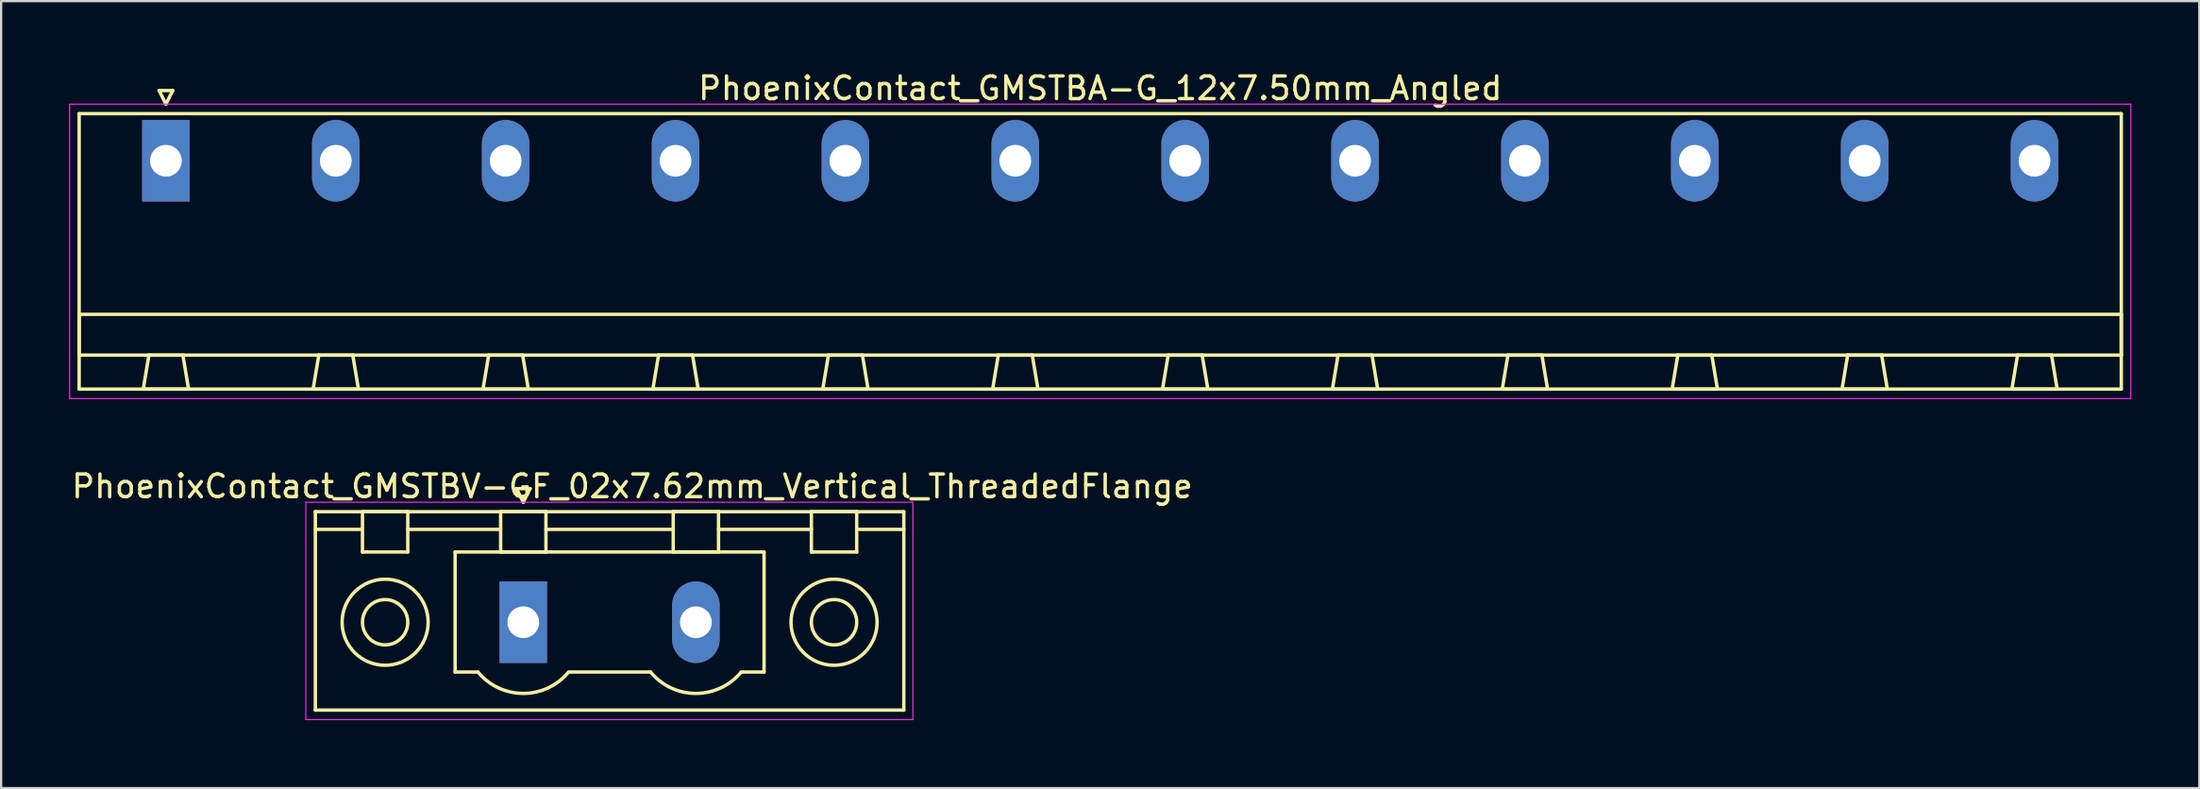
<source format=kicad_pcb>
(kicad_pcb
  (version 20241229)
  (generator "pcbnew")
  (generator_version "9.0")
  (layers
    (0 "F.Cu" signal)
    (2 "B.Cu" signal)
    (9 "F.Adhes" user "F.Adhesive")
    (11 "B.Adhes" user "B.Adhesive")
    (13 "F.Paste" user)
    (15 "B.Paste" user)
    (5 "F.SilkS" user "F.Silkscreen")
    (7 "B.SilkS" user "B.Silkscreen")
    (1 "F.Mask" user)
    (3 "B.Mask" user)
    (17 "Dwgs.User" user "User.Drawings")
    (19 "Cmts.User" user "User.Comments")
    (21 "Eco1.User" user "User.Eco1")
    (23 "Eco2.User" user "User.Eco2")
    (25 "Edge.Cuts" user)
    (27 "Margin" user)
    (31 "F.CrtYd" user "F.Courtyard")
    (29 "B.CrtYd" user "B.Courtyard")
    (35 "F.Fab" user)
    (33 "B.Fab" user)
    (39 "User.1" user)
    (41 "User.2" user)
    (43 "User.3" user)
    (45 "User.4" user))
  (footprint "PhoenixContact_GMSTBA-G_12x7.50mm_Angled"
    (layer "F.Cu")
    (at 4.275 4.048)
    (property "Reference" "PhoenixContact_GMSTBA-G_12x7.50mm_Angled" (at 41.25 -3.2 0) (layer "F.SilkS") (effects (font (size 1 1) (thickness 0.15))))
    (attr through_hole)
    (fp_line (start -3.83 -2.08) (end -3.83 10.08) (stroke (width 0.15) (type solid)) (layer "F.SilkS"))
    (fp_line (start -3.83 6.78) (end 86.33 6.78) (stroke (width 0.15) (type solid)) (layer "F.SilkS"))
    (fp_line (start -3.83 8.58) (end -3.83 6.78) (stroke (width 0.15) (type solid)) (layer "F.SilkS"))
    (fp_line (start -3.83 10.08) (end 86.33 10.08) (stroke (width 0.15) (type solid)) (layer "F.SilkS"))
    (fp_line (start -1 10.08) (end 1 10.08) (stroke (width 0.15) (type solid)) (layer "F.SilkS"))
    (fp_line (start -0.75 8.58) (end -1 10.08) (stroke (width 0.15) (type solid)) (layer "F.SilkS"))
    (fp_line (start -0.3 -3.1) (end 0 -2.5) (stroke (width 0.15) (type solid)) (layer "F.SilkS"))
    (fp_line (start 0 -2.5) (end 0.3 -3.1) (stroke (width 0.15) (type solid)) (layer "F.SilkS"))
    (fp_line (start 0.3 -3.1) (end -0.3 -3.1) (stroke (width 0.15) (type solid)) (layer "F.SilkS"))
    (fp_line (start 0.75 8.58) (end -0.75 8.58) (stroke (width 0.15) (type solid)) (layer "F.SilkS"))
    (fp_line (start 1 10.08) (end 0.75 8.58) (stroke (width 0.15) (type solid)) (layer "F.SilkS"))
    (fp_line (start 6.5 10.08) (end 8.5 10.08) (stroke (width 0.15) (type solid)) (layer "F.SilkS"))
    (fp_line (start 6.75 8.58) (end 6.5 10.08) (stroke (width 0.15) (type solid)) (layer "F.SilkS"))
    (fp_line (start 8.25 8.58) (end 6.75 8.58) (stroke (width 0.15) (type solid)) (layer "F.SilkS"))
    (fp_line (start 8.5 10.08) (end 8.25 8.58) (stroke (width 0.15) (type solid)) (layer "F.SilkS"))
    (fp_line (start 14 10.08) (end 16 10.08) (stroke (width 0.15) (type solid)) (layer "F.SilkS"))
    (fp_line (start 14.25 8.58) (end 14 10.08) (stroke (width 0.15) (type solid)) (layer "F.SilkS"))
    (fp_line (start 15.75 8.58) (end 14.25 8.58) (stroke (width 0.15) (type solid)) (layer "F.SilkS"))
    (fp_line (start 16 10.08) (end 15.75 8.58) (stroke (width 0.15) (type solid)) (layer "F.SilkS"))
    (fp_line (start 21.5 10.08) (end 23.5 10.08) (stroke (width 0.15) (type solid)) (layer "F.SilkS"))
    (fp_line (start 21.75 8.58) (end 21.5 10.08) (stroke (width 0.15) (type solid)) (layer "F.SilkS"))
    (fp_line (start 23.25 8.58) (end 21.75 8.58) (stroke (width 0.15) (type solid)) (layer "F.SilkS"))
    (fp_line (start 23.5 10.08) (end 23.25 8.58) (stroke (width 0.15) (type solid)) (layer "F.SilkS"))
    (fp_line (start 29 10.08) (end 31 10.08) (stroke (width 0.15) (type solid)) (layer "F.SilkS"))
    (fp_line (start 29.25 8.58) (end 29 10.08) (stroke (width 0.15) (type solid)) (layer "F.SilkS"))
    (fp_line (start 30.75 8.58) (end 29.25 8.58) (stroke (width 0.15) (type solid)) (layer "F.SilkS"))
    (fp_line (start 31 10.08) (end 30.75 8.58) (stroke (width 0.15) (type solid)) (layer "F.SilkS"))
    (fp_line (start 36.5 10.08) (end 38.5 10.08) (stroke (width 0.15) (type solid)) (layer "F.SilkS"))
    (fp_line (start 36.75 8.58) (end 36.5 10.08) (stroke (width 0.15) (type solid)) (layer "F.SilkS"))
    (fp_line (start 38.25 8.58) (end 36.75 8.58) (stroke (width 0.15) (type solid)) (layer "F.SilkS"))
    (fp_line (start 38.5 10.08) (end 38.25 8.58) (stroke (width 0.15) (type solid)) (layer "F.SilkS"))
    (fp_line (start 44 10.08) (end 46 10.08) (stroke (width 0.15) (type solid)) (layer "F.SilkS"))
    (fp_line (start 44.25 8.58) (end 44 10.08) (stroke (width 0.15) (type solid)) (layer "F.SilkS"))
    (fp_line (start 45.75 8.58) (end 44.25 8.58) (stroke (width 0.15) (type solid)) (layer "F.SilkS"))
    (fp_line (start 46 10.08) (end 45.75 8.58) (stroke (width 0.15) (type solid)) (layer "F.SilkS"))
    (fp_line (start 51.5 10.08) (end 53.5 10.08) (stroke (width 0.15) (type solid)) (layer "F.SilkS"))
    (fp_line (start 51.75 8.58) (end 51.5 10.08) (stroke (width 0.15) (type solid)) (layer "F.SilkS"))
    (fp_line (start 53.25 8.58) (end 51.75 8.58) (stroke (width 0.15) (type solid)) (layer "F.SilkS"))
    (fp_line (start 53.5 10.08) (end 53.25 8.58) (stroke (width 0.15) (type solid)) (layer "F.SilkS"))
    (fp_line (start 59 10.08) (end 61 10.08) (stroke (width 0.15) (type solid)) (layer "F.SilkS"))
    (fp_line (start 59.25 8.58) (end 59 10.08) (stroke (width 0.15) (type solid)) (layer "F.SilkS"))
    (fp_line (start 60.75 8.58) (end 59.25 8.58) (stroke (width 0.15) (type solid)) (layer "F.SilkS"))
    (fp_line (start 61 10.08) (end 60.75 8.58) (stroke (width 0.15) (type solid)) (layer "F.SilkS"))
    (fp_line (start 66.5 10.08) (end 68.5 10.08) (stroke (width 0.15) (type solid)) (layer "F.SilkS"))
    (fp_line (start 66.75 8.58) (end 66.5 10.08) (stroke (width 0.15) (type solid)) (layer "F.SilkS"))
    (fp_line (start 68.25 8.58) (end 66.75 8.58) (stroke (width 0.15) (type solid)) (layer "F.SilkS"))
    (fp_line (start 68.5 10.08) (end 68.25 8.58) (stroke (width 0.15) (type solid)) (layer "F.SilkS"))
    (fp_line (start 74 10.08) (end 76 10.08) (stroke (width 0.15) (type solid)) (layer "F.SilkS"))
    (fp_line (start 74.25 8.58) (end 74 10.08) (stroke (width 0.15) (type solid)) (layer "F.SilkS"))
    (fp_line (start 75.75 8.58) (end 74.25 8.58) (stroke (width 0.15) (type solid)) (layer "F.SilkS"))
    (fp_line (start 76 10.08) (end 75.75 8.58) (stroke (width 0.15) (type solid)) (layer "F.SilkS"))
    (fp_line (start 81.5 10.08) (end 83.5 10.08) (stroke (width 0.15) (type solid)) (layer "F.SilkS"))
    (fp_line (start 81.75 8.58) (end 81.5 10.08) (stroke (width 0.15) (type solid)) (layer "F.SilkS"))
    (fp_line (start 83.25 8.58) (end 81.75 8.58) (stroke (width 0.15) (type solid)) (layer "F.SilkS"))
    (fp_line (start 83.5 10.08) (end 83.25 8.58) (stroke (width 0.15) (type solid)) (layer "F.SilkS"))
    (fp_line (start 86.33 -2.08) (end -3.83 -2.08) (stroke (width 0.15) (type solid)) (layer "F.SilkS"))
    (fp_line (start 86.33 6.78) (end 86.33 8.58) (stroke (width 0.15) (type solid)) (layer "F.SilkS"))
    (fp_line (start 86.33 8.58) (end -3.83 8.58) (stroke (width 0.15) (type solid)) (layer "F.SilkS"))
    (fp_line (start 86.33 10.08) (end 86.33 -2.08) (stroke (width 0.15) (type solid)) (layer "F.SilkS"))
    (fp_line (start -4.25 -2.5) (end -4.25 10.5) (stroke (width 0.05) (type solid)) (layer "F.CrtYd"))
    (fp_line (start -4.25 10.5) (end 86.75 10.5) (stroke (width 0.05) (type solid)) (layer "F.CrtYd"))
    (fp_line (start 86.75 -2.5) (end -4.25 -2.5) (stroke (width 0.05) (type solid)) (layer "F.CrtYd"))
    (fp_line (start 86.75 10.5) (end 86.75 -2.5) (stroke (width 0.05) (type solid)) (layer "F.CrtYd"))
    (pad "1" thru_hole rect (at 0 0) (size 2.1 3.6) (drill 1.4) (layers "*.Cu" "*.Mask"))
    (pad "2" thru_hole oval (at 7.5 0) (size 2.1 3.6) (drill 1.4) (layers "*.Cu" "*.Mask"))
    (pad "3" thru_hole oval (at 15 0) (size 2.1 3.6) (drill 1.4) (layers "*.Cu" "*.Mask"))
    (pad "4" thru_hole oval (at 22.5 0) (size 2.1 3.6) (drill 1.4) (layers "*.Cu" "*.Mask"))
    (pad "5" thru_hole oval (at 30 0) (size 2.1 3.6) (drill 1.4) (layers "*.Cu" "*.Mask"))
    (pad "6" thru_hole oval (at 37.5 0) (size 2.1 3.6) (drill 1.4) (layers "*.Cu" "*.Mask"))
    (pad "7" thru_hole oval (at 45 0) (size 2.1 3.6) (drill 1.4) (layers "*.Cu" "*.Mask"))
    (pad "8" thru_hole oval (at 52.5 0) (size 2.1 3.6) (drill 1.4) (layers "*.Cu" "*.Mask"))
    (pad "9" thru_hole oval (at 60 0) (size 2.1 3.6) (drill 1.4) (layers "*.Cu" "*.Mask"))
    (pad "10" thru_hole oval (at 67.5 0) (size 2.1 3.6) (drill 1.4) (layers "*.Cu" "*.Mask"))
    (pad "11" thru_hole oval (at 75 0) (size 2.1 3.6) (drill 1.4) (layers "*.Cu" "*.Mask"))
    (pad "12" thru_hole oval (at 82.5 0) (size 2.1 3.6) (drill 1.4) (layers "*.Cu" "*.Mask")))
  (footprint "PhoenixContact_GMSTBV-GF_02x7.62mm_Vertical_ThreadedFlange"
    (layer "F.Cu")
    (at 20.053 24.422)
    (property "Reference" "PhoenixContact_GMSTBV-GF_02x7.62mm_Vertical_ThreadedFlange" (at 4.81 -6 0) (layer "F.SilkS") (effects (font (size 1 1) (thickness 0.15))))
    (attr through_hole)
    (fp_line (start -9.18 -4.88) (end -9.18 3.88) (stroke (width 0.15) (type solid)) (layer "F.SilkS"))
    (fp_line (start -9.18 -4.1) (end -7.18 -4.1) (stroke (width 0.15) (type solid)) (layer "F.SilkS"))
    (fp_line (start -9.18 3.88) (end 16.8 3.88) (stroke (width 0.15) (type solid)) (layer "F.SilkS"))
    (fp_line (start -7.1 -4.88) (end -5.1 -4.88) (stroke (width 0.15) (type solid)) (layer "F.SilkS"))
    (fp_line (start -7.1 -3.1) (end -7.1 -4.88) (stroke (width 0.15) (type solid)) (layer "F.SilkS"))
    (fp_line (start -5.1 -4.88) (end -5.1 -3.1) (stroke (width 0.15) (type solid)) (layer "F.SilkS"))
    (fp_line (start -5.1 -4.1) (end -1 -4.1) (stroke (width 0.15) (type solid)) (layer "F.SilkS"))
    (fp_line (start -5.1 -3.1) (end -7.1 -3.1) (stroke (width 0.15) (type solid)) (layer "F.SilkS"))
    (fp_line (start -3.01 -3.1) (end 10.63 -3.1) (stroke (width 0.15) (type solid)) (layer "F.SilkS"))
    (fp_line (start -3.01 2.2) (end -3.01 -3.1) (stroke (width 0.15) (type solid)) (layer "F.SilkS"))
    (fp_line (start -2 2.2) (end -3.01 2.2) (stroke (width 0.15) (type solid)) (layer "F.SilkS"))
    (fp_line (start -1 -4.88) (end 1 -4.88) (stroke (width 0.15) (type solid)) (layer "F.SilkS"))
    (fp_line (start -1 -3.1) (end -1 -4.88) (stroke (width 0.15) (type solid)) (layer "F.SilkS"))
    (fp_line (start -0.3 -5.9) (end 0 -5.3) (stroke (width 0.15) (type solid)) (layer "F.SilkS"))
    (fp_line (start 0 -5.3) (end 0.3 -5.9) (stroke (width 0.15) (type solid)) (layer "F.SilkS"))
    (fp_line (start 0.3 -5.9) (end -0.3 -5.9) (stroke (width 0.15) (type solid)) (layer "F.SilkS"))
    (fp_line (start 1 -4.88) (end 1 -3.1) (stroke (width 0.15) (type solid)) (layer "F.SilkS"))
    (fp_line (start 1 -4.1) (end 6.62 -4.1) (stroke (width 0.15) (type solid)) (layer "F.SilkS"))
    (fp_line (start 1 -3.1) (end -1 -3.1) (stroke (width 0.15) (type solid)) (layer "F.SilkS"))
    (fp_line (start 2 2.2) (end 5.62 2.2) (stroke (width 0.15) (type solid)) (layer "F.SilkS"))
    (fp_line (start 6.62 -4.88) (end 8.62 -4.88) (stroke (width 0.15) (type solid)) (layer "F.SilkS"))
    (fp_line (start 6.62 -3.1) (end 6.62 -4.88) (stroke (width 0.15) (type solid)) (layer "F.SilkS"))
    (fp_line (start 8.62 -4.88) (end 8.62 -3.1) (stroke (width 0.15) (type solid)) (layer "F.SilkS"))
    (fp_line (start 8.62 -4.1) (end 12.72 -4.1) (stroke (width 0.15) (type solid)) (layer "F.SilkS"))
    (fp_line (start 8.62 -3.1) (end 6.62 -3.1) (stroke (width 0.15) (type solid)) (layer "F.SilkS"))
    (fp_line (start 10.63 -3.1) (end 10.63 2.2) (stroke (width 0.15) (type solid)) (layer "F.SilkS"))
    (fp_line (start 10.63 2.2) (end 9.62 2.2) (stroke (width 0.15) (type solid)) (layer "F.SilkS"))
    (fp_line (start 12.72 -4.88) (end 14.72 -4.88) (stroke (width 0.15) (type solid)) (layer "F.SilkS"))
    (fp_line (start 12.72 -3.1) (end 12.72 -4.88) (stroke (width 0.15) (type solid)) (layer "F.SilkS"))
    (fp_line (start 14.72 -4.88) (end 14.72 -3.1) (stroke (width 0.15) (type solid)) (layer "F.SilkS"))
    (fp_line (start 14.72 -3.1) (end 12.72 -3.1) (stroke (width 0.15) (type solid)) (layer "F.SilkS"))
    (fp_line (start 16.8 -4.88) (end -9.18 -4.88) (stroke (width 0.15) (type solid)) (layer "F.SilkS"))
    (fp_line (start 16.8 -4.1) (end 14.8 -4.1) (stroke (width 0.15) (type solid)) (layer "F.SilkS"))
    (fp_line (start 16.8 3.88) (end 16.8 -4.88) (stroke (width 0.15) (type solid)) (layer "F.SilkS"))
    (fp_arc (start 1.986842 2.215821) (mid -0.010289 3.142758) (end -2 2.2) (stroke (width 0.15) (type solid)) (layer "F.SilkS"))
    (fp_arc (start 9.606842 2.215821) (mid 7.609711 3.142758) (end 5.62 2.2) (stroke (width 0.15) (type solid)) (layer "F.SilkS"))
    (fp_circle (center -6.1 0) (end -5.1 0) (stroke (width 0.15) (type solid)) (fill no) (layer "F.SilkS"))
    (fp_circle (center -6.1 0) (end -4.2 0) (stroke (width 0.15) (type solid)) (fill no) (layer "F.SilkS"))
    (fp_circle (center 13.72 0) (end 14.72 0) (stroke (width 0.15) (type solid)) (fill no) (layer "F.SilkS"))
    (fp_circle (center 13.72 0) (end 15.62 0) (stroke (width 0.15) (type solid)) (fill no) (layer "F.SilkS"))
    (fp_line (start -9.6 -5.3) (end -9.6 4.3) (stroke (width 0.05) (type solid)) (layer "F.CrtYd"))
    (fp_line (start -9.6 4.3) (end 17.2 4.3) (stroke (width 0.05) (type solid)) (layer "F.CrtYd"))
    (fp_line (start 17.2 -5.3) (end -9.6 -5.3) (stroke (width 0.05) (type solid)) (layer "F.CrtYd"))
    (fp_line (start 17.2 4.3) (end 17.2 -5.3) (stroke (width 0.05) (type solid)) (layer "F.CrtYd"))
    (pad "1" thru_hole rect (at 0 0) (size 2.1 3.6) (drill 1.4) (layers "*.Cu" "*.Mask"))
    (pad "2" thru_hole oval (at 7.62 0) (size 2.1 3.6) (drill 1.4) (layers "*.Cu" "*.Mask")))
  (gr_rect
    (start -3 -3)
    (end 94.05 31.747)
    (stroke (width 0.1) (type default))
    (fill no)
    (layer "Edge.Cuts")))
</source>
